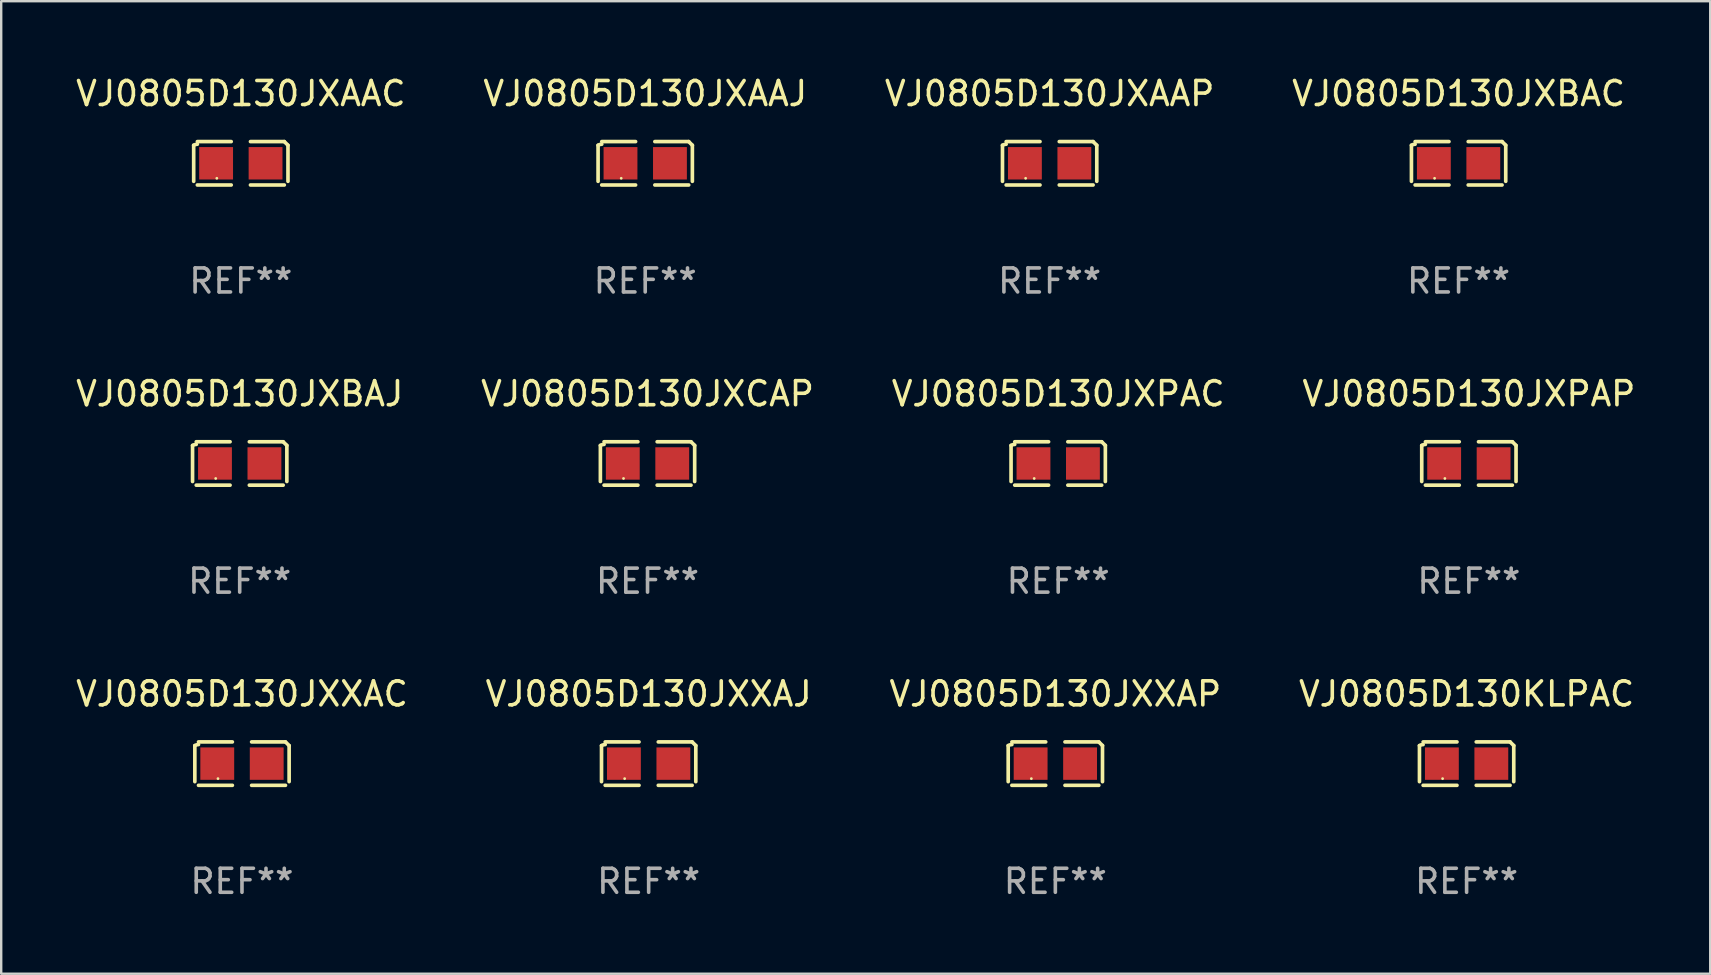
<source format=kicad_pcb>
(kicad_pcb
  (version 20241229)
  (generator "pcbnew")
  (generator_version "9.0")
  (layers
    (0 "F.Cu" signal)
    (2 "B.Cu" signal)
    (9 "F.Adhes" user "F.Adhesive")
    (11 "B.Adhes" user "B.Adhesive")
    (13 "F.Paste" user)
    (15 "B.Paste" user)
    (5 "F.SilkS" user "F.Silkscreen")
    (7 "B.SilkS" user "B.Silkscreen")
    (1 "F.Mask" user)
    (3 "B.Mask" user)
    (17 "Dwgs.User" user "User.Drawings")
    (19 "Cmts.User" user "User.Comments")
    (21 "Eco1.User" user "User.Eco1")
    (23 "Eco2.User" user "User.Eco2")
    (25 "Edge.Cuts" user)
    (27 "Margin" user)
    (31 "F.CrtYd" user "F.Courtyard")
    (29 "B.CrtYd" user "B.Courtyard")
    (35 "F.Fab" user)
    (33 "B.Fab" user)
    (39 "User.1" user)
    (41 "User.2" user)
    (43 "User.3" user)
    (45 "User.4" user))
  (footprint "VJ0805D130JXAAC"
    (layer "F.Cu")
    (at 6.982 3.752)
    (property "Reference" "VJ0805D130JXAAC" (at 0 -2.904 0) (layer "F.SilkS") (effects (font (size 1 1) (thickness 0.15))))
    (attr through_hole)
    (fp_line (start -1.964 0.751) (end -1.964 -0.751) (stroke (width 0.152) (type solid)) (layer "F.SilkS"))
    (fp_line (start -1.811 -0.904) (end -0.401 -0.904) (stroke (width 0.152) (type solid)) (layer "F.SilkS"))
    (fp_line (start -0.401 0.904) (end -1.811 0.904) (stroke (width 0.152) (type solid)) (layer "F.SilkS"))
    (fp_line (start 0.401 0.904) (end 1.811 0.904) (stroke (width 0.152) (type solid)) (layer "F.SilkS"))
    (fp_line (start 1.811 -0.904) (end 0.401 -0.904) (stroke (width 0.152) (type solid)) (layer "F.SilkS"))
    (fp_line (start 1.964 0.751) (end 1.964 -0.751) (stroke (width 0.152) (type solid)) (layer "F.SilkS"))
    (fp_arc (start -1.963602 -0.751207) (mid -1.890354 -0.783131) (end -1.811201 -0.794044) (stroke (width 0.1524) (type solid)) (layer "F.SilkS"))
    (fp_arc (start 1.811202 -0.903607) (mid 1.887413 -0.827418) (end 1.963602 -0.751207) (stroke (width 0.1524) (type solid)) (layer "F.SilkS"))
    (fp_circle (center -1 0.625) (end -0.97 0.625) (stroke (width 0.06) (type solid)) (fill no) (layer "F.SilkS"))
    (fp_text user "REF**" (at 0 4.904 0) (layer "F.Fab") (effects (font (size 1 1) (thickness 0.15))))
    (pad "1" smd rect (at -1.03 0) (size 1.41 1.35) (layers "F.Cu" "F.Mask" "F.Paste"))
    (pad "2" smd rect (at 1.03 0) (size 1.41 1.35) (layers "F.Cu" "F.Mask" "F.Paste")))
  (footprint "VJ0805D130JXPAP"
    (layer "F.Cu")
    (at 58.137 16.256)
    (property "Reference" "VJ0805D130JXPAP" (at 0 -2.904 0) (layer "F.SilkS") (effects (font (size 1 1) (thickness 0.15))))
    (attr through_hole)
    (fp_line (start -1.964 0.751) (end -1.964 -0.751) (stroke (width 0.152) (type solid)) (layer "F.SilkS"))
    (fp_line (start -1.811 -0.904) (end -0.401 -0.904) (stroke (width 0.152) (type solid)) (layer "F.SilkS"))
    (fp_line (start -0.401 0.904) (end -1.811 0.904) (stroke (width 0.152) (type solid)) (layer "F.SilkS"))
    (fp_line (start 0.401 0.904) (end 1.811 0.904) (stroke (width 0.152) (type solid)) (layer "F.SilkS"))
    (fp_line (start 1.811 -0.904) (end 0.401 -0.904) (stroke (width 0.152) (type solid)) (layer "F.SilkS"))
    (fp_line (start 1.964 0.751) (end 1.964 -0.751) (stroke (width 0.152) (type solid)) (layer "F.SilkS"))
    (fp_arc (start -1.963602 -0.751207) (mid -1.890354 -0.783131) (end -1.811201 -0.794044) (stroke (width 0.1524) (type solid)) (layer "F.SilkS"))
    (fp_arc (start 1.811202 -0.903607) (mid 1.887413 -0.827418) (end 1.963602 -0.751207) (stroke (width 0.1524) (type solid)) (layer "F.SilkS"))
    (fp_circle (center -1 0.625) (end -0.97 0.625) (stroke (width 0.06) (type solid)) (fill no) (layer "F.SilkS"))
    (fp_text user "REF**" (at 0 4.904 0) (layer "F.Fab") (effects (font (size 1 1) (thickness 0.15))))
    (pad "1" smd rect (at -1.03 0) (size 1.41 1.35) (layers "F.Cu" "F.Mask" "F.Paste"))
    (pad "2" smd rect (at 1.03 0) (size 1.41 1.35) (layers "F.Cu" "F.Mask" "F.Paste")))
  (footprint "VJ0805D130JXXAJ"
    (layer "F.Cu")
    (at 23.97 28.759)
    (property "Reference" "VJ0805D130JXXAJ" (at 0 -2.904 0) (layer "F.SilkS") (effects (font (size 1 1) (thickness 0.15))))
    (attr through_hole)
    (fp_line (start -1.964 0.751) (end -1.964 -0.751) (stroke (width 0.152) (type solid)) (layer "F.SilkS"))
    (fp_line (start -1.811 -0.904) (end -0.401 -0.904) (stroke (width 0.152) (type solid)) (layer "F.SilkS"))
    (fp_line (start -0.401 0.904) (end -1.811 0.904) (stroke (width 0.152) (type solid)) (layer "F.SilkS"))
    (fp_line (start 0.401 0.904) (end 1.811 0.904) (stroke (width 0.152) (type solid)) (layer "F.SilkS"))
    (fp_line (start 1.811 -0.904) (end 0.401 -0.904) (stroke (width 0.152) (type solid)) (layer "F.SilkS"))
    (fp_line (start 1.964 0.751) (end 1.964 -0.751) (stroke (width 0.152) (type solid)) (layer "F.SilkS"))
    (fp_arc (start -1.963602 -0.751207) (mid -1.890354 -0.783131) (end -1.811201 -0.794044) (stroke (width 0.1524) (type solid)) (layer "F.SilkS"))
    (fp_arc (start 1.811202 -0.903607) (mid 1.887413 -0.827418) (end 1.963602 -0.751207) (stroke (width 0.1524) (type solid)) (layer "F.SilkS"))
    (fp_circle (center -1 0.625) (end -0.97 0.625) (stroke (width 0.06) (type solid)) (fill no) (layer "F.SilkS"))
    (fp_text user "REF**" (at 0 4.904 0) (layer "F.Fab") (effects (font (size 1 1) (thickness 0.15))))
    (pad "1" smd rect (at -1.03 0) (size 1.41 1.35) (layers "F.Cu" "F.Mask" "F.Paste"))
    (pad "2" smd rect (at 1.03 0) (size 1.41 1.35) (layers "F.Cu" "F.Mask" "F.Paste")))
  (footprint "VJ0805D130JXBAC"
    (layer "F.Cu")
    (at 57.708 3.752)
    (property "Reference" "VJ0805D130JXBAC" (at 0 -2.904 0) (layer "F.SilkS") (effects (font (size 1 1) (thickness 0.15))))
    (attr through_hole)
    (fp_line (start -1.964 0.751) (end -1.964 -0.751) (stroke (width 0.152) (type solid)) (layer "F.SilkS"))
    (fp_line (start -1.811 -0.904) (end -0.401 -0.904) (stroke (width 0.152) (type solid)) (layer "F.SilkS"))
    (fp_line (start -0.401 0.904) (end -1.811 0.904) (stroke (width 0.152) (type solid)) (layer "F.SilkS"))
    (fp_line (start 0.401 0.904) (end 1.811 0.904) (stroke (width 0.152) (type solid)) (layer "F.SilkS"))
    (fp_line (start 1.811 -0.904) (end 0.401 -0.904) (stroke (width 0.152) (type solid)) (layer "F.SilkS"))
    (fp_line (start 1.964 0.751) (end 1.964 -0.751) (stroke (width 0.152) (type solid)) (layer "F.SilkS"))
    (fp_arc (start -1.963602 -0.751207) (mid -1.890354 -0.783131) (end -1.811201 -0.794044) (stroke (width 0.1524) (type solid)) (layer "F.SilkS"))
    (fp_arc (start 1.811202 -0.903607) (mid 1.887413 -0.827418) (end 1.963602 -0.751207) (stroke (width 0.1524) (type solid)) (layer "F.SilkS"))
    (fp_circle (center -1 0.625) (end -0.97 0.625) (stroke (width 0.06) (type solid)) (fill no) (layer "F.SilkS"))
    (fp_text user "REF**" (at 0 4.904 0) (layer "F.Fab") (effects (font (size 1 1) (thickness 0.15))))
    (pad "1" smd rect (at -1.03 0) (size 1.41 1.35) (layers "F.Cu" "F.Mask" "F.Paste"))
    (pad "2" smd rect (at 1.03 0) (size 1.41 1.35) (layers "F.Cu" "F.Mask" "F.Paste")))
  (footprint "VJ0805D130JXCAP"
    (layer "F.Cu")
    (at 23.923 16.256)
    (property "Reference" "VJ0805D130JXCAP" (at 0 -2.904 0) (layer "F.SilkS") (effects (font (size 1 1) (thickness 0.15))))
    (attr through_hole)
    (fp_line (start -1.964 0.751) (end -1.964 -0.751) (stroke (width 0.152) (type solid)) (layer "F.SilkS"))
    (fp_line (start -1.811 -0.904) (end -0.401 -0.904) (stroke (width 0.152) (type solid)) (layer "F.SilkS"))
    (fp_line (start -0.401 0.904) (end -1.811 0.904) (stroke (width 0.152) (type solid)) (layer "F.SilkS"))
    (fp_line (start 0.401 0.904) (end 1.811 0.904) (stroke (width 0.152) (type solid)) (layer "F.SilkS"))
    (fp_line (start 1.811 -0.904) (end 0.401 -0.904) (stroke (width 0.152) (type solid)) (layer "F.SilkS"))
    (fp_line (start 1.964 0.751) (end 1.964 -0.751) (stroke (width 0.152) (type solid)) (layer "F.SilkS"))
    (fp_arc (start -1.963602 -0.751207) (mid -1.890354 -0.783131) (end -1.811201 -0.794044) (stroke (width 0.1524) (type solid)) (layer "F.SilkS"))
    (fp_arc (start 1.811202 -0.903607) (mid 1.887413 -0.827418) (end 1.963602 -0.751207) (stroke (width 0.1524) (type solid)) (layer "F.SilkS"))
    (fp_circle (center -1 0.625) (end -0.97 0.625) (stroke (width 0.06) (type solid)) (fill no) (layer "F.SilkS"))
    (fp_text user "REF**" (at 0 4.904 0) (layer "F.Fab") (effects (font (size 1 1) (thickness 0.15))))
    (pad "1" smd rect (at -1.03 0) (size 1.41 1.35) (layers "F.Cu" "F.Mask" "F.Paste"))
    (pad "2" smd rect (at 1.03 0) (size 1.41 1.35) (layers "F.Cu" "F.Mask" "F.Paste")))
  (footprint "VJ0805D130JXAAJ"
    (layer "F.Cu")
    (at 23.827 3.752)
    (property "Reference" "VJ0805D130JXAAJ" (at 0 -2.904 0) (layer "F.SilkS") (effects (font (size 1 1) (thickness 0.15))))
    (attr through_hole)
    (fp_line (start -1.964 0.751) (end -1.964 -0.751) (stroke (width 0.152) (type solid)) (layer "F.SilkS"))
    (fp_line (start -1.811 -0.904) (end -0.401 -0.904) (stroke (width 0.152) (type solid)) (layer "F.SilkS"))
    (fp_line (start -0.401 0.904) (end -1.811 0.904) (stroke (width 0.152) (type solid)) (layer "F.SilkS"))
    (fp_line (start 0.401 0.904) (end 1.811 0.904) (stroke (width 0.152) (type solid)) (layer "F.SilkS"))
    (fp_line (start 1.811 -0.904) (end 0.401 -0.904) (stroke (width 0.152) (type solid)) (layer "F.SilkS"))
    (fp_line (start 1.964 0.751) (end 1.964 -0.751) (stroke (width 0.152) (type solid)) (layer "F.SilkS"))
    (fp_arc (start -1.963602 -0.751207) (mid -1.890354 -0.783131) (end -1.811201 -0.794044) (stroke (width 0.1524) (type solid)) (layer "F.SilkS"))
    (fp_arc (start 1.811202 -0.903607) (mid 1.887413 -0.827418) (end 1.963602 -0.751207) (stroke (width 0.1524) (type solid)) (layer "F.SilkS"))
    (fp_circle (center -1 0.625) (end -0.97 0.625) (stroke (width 0.06) (type solid)) (fill no) (layer "F.SilkS"))
    (fp_text user "REF**" (at 0 4.904 0) (layer "F.Fab") (effects (font (size 1 1) (thickness 0.15))))
    (pad "1" smd rect (at -1.03 0) (size 1.41 1.35) (layers "F.Cu" "F.Mask" "F.Paste"))
    (pad "2" smd rect (at 1.03 0) (size 1.41 1.35) (layers "F.Cu" "F.Mask" "F.Paste")))
  (footprint "VJ0805D130KLPAC"
    (layer "F.Cu")
    (at 58.042 28.759)
    (property "Reference" "VJ0805D130KLPAC" (at 0 -2.904 0) (layer "F.SilkS") (effects (font (size 1 1) (thickness 0.15))))
    (attr through_hole)
    (fp_line (start -1.964 0.751) (end -1.964 -0.751) (stroke (width 0.152) (type solid)) (layer "F.SilkS"))
    (fp_line (start -1.811 -0.904) (end -0.401 -0.904) (stroke (width 0.152) (type solid)) (layer "F.SilkS"))
    (fp_line (start -0.401 0.904) (end -1.811 0.904) (stroke (width 0.152) (type solid)) (layer "F.SilkS"))
    (fp_line (start 0.401 0.904) (end 1.811 0.904) (stroke (width 0.152) (type solid)) (layer "F.SilkS"))
    (fp_line (start 1.811 -0.904) (end 0.401 -0.904) (stroke (width 0.152) (type solid)) (layer "F.SilkS"))
    (fp_line (start 1.964 0.751) (end 1.964 -0.751) (stroke (width 0.152) (type solid)) (layer "F.SilkS"))
    (fp_arc (start -1.963602 -0.751207) (mid -1.890354 -0.783131) (end -1.811201 -0.794044) (stroke (width 0.1524) (type solid)) (layer "F.SilkS"))
    (fp_arc (start 1.811202 -0.903607) (mid 1.887413 -0.827418) (end 1.963602 -0.751207) (stroke (width 0.1524) (type solid)) (layer "F.SilkS"))
    (fp_circle (center -1 0.625) (end -0.97 0.625) (stroke (width 0.06) (type solid)) (fill no) (layer "F.SilkS"))
    (fp_text user "REF**" (at 0 4.904 0) (layer "F.Fab") (effects (font (size 1 1) (thickness 0.15))))
    (pad "1" smd rect (at -1.03 0) (size 1.41 1.35) (layers "F.Cu" "F.Mask" "F.Paste"))
    (pad "2" smd rect (at 1.03 0) (size 1.41 1.35) (layers "F.Cu" "F.Mask" "F.Paste")))
  (footprint "VJ0805D130JXAAP"
    (layer "F.Cu")
    (at 40.673 3.752)
    (property "Reference" "VJ0805D130JXAAP" (at 0 -2.904 0) (layer "F.SilkS") (effects (font (size 1 1) (thickness 0.15))))
    (attr through_hole)
    (fp_line (start -1.964 0.751) (end -1.964 -0.751) (stroke (width 0.152) (type solid)) (layer "F.SilkS"))
    (fp_line (start -1.811 -0.904) (end -0.401 -0.904) (stroke (width 0.152) (type solid)) (layer "F.SilkS"))
    (fp_line (start -0.401 0.904) (end -1.811 0.904) (stroke (width 0.152) (type solid)) (layer "F.SilkS"))
    (fp_line (start 0.401 0.904) (end 1.811 0.904) (stroke (width 0.152) (type solid)) (layer "F.SilkS"))
    (fp_line (start 1.811 -0.904) (end 0.401 -0.904) (stroke (width 0.152) (type solid)) (layer "F.SilkS"))
    (fp_line (start 1.964 0.751) (end 1.964 -0.751) (stroke (width 0.152) (type solid)) (layer "F.SilkS"))
    (fp_arc (start -1.963602 -0.751207) (mid -1.890354 -0.783131) (end -1.811201 -0.794044) (stroke (width 0.1524) (type solid)) (layer "F.SilkS"))
    (fp_arc (start 1.811202 -0.903607) (mid 1.887413 -0.827418) (end 1.963602 -0.751207) (stroke (width 0.1524) (type solid)) (layer "F.SilkS"))
    (fp_circle (center -1 0.625) (end -0.97 0.625) (stroke (width 0.06) (type solid)) (fill no) (layer "F.SilkS"))
    (fp_text user "REF**" (at 0 4.904 0) (layer "F.Fab") (effects (font (size 1 1) (thickness 0.15))))
    (pad "1" smd rect (at -1.03 0) (size 1.41 1.35) (layers "F.Cu" "F.Mask" "F.Paste"))
    (pad "2" smd rect (at 1.03 0) (size 1.41 1.35) (layers "F.Cu" "F.Mask" "F.Paste")))
  (footprint "VJ0805D130JXXAC"
    (layer "F.Cu")
    (at 7.03 28.759)
    (property "Reference" "VJ0805D130JXXAC" (at 0 -2.904 0) (layer "F.SilkS") (effects (font (size 1 1) (thickness 0.15))))
    (attr through_hole)
    (fp_line (start -1.964 0.751) (end -1.964 -0.751) (stroke (width 0.152) (type solid)) (layer "F.SilkS"))
    (fp_line (start -1.811 -0.904) (end -0.401 -0.904) (stroke (width 0.152) (type solid)) (layer "F.SilkS"))
    (fp_line (start -0.401 0.904) (end -1.811 0.904) (stroke (width 0.152) (type solid)) (layer "F.SilkS"))
    (fp_line (start 0.401 0.904) (end 1.811 0.904) (stroke (width 0.152) (type solid)) (layer "F.SilkS"))
    (fp_line (start 1.811 -0.904) (end 0.401 -0.904) (stroke (width 0.152) (type solid)) (layer "F.SilkS"))
    (fp_line (start 1.964 0.751) (end 1.964 -0.751) (stroke (width 0.152) (type solid)) (layer "F.SilkS"))
    (fp_arc (start -1.963602 -0.751207) (mid -1.890354 -0.783131) (end -1.811201 -0.794044) (stroke (width 0.1524) (type solid)) (layer "F.SilkS"))
    (fp_arc (start 1.811202 -0.903607) (mid 1.887413 -0.827418) (end 1.963602 -0.751207) (stroke (width 0.1524) (type solid)) (layer "F.SilkS"))
    (fp_circle (center -1 0.625) (end -0.97 0.625) (stroke (width 0.06) (type solid)) (fill no) (layer "F.SilkS"))
    (fp_text user "REF**" (at 0 4.904 0) (layer "F.Fab") (effects (font (size 1 1) (thickness 0.15))))
    (pad "1" smd rect (at -1.03 0) (size 1.41 1.35) (layers "F.Cu" "F.Mask" "F.Paste"))
    (pad "2" smd rect (at 1.03 0) (size 1.41 1.35) (layers "F.Cu" "F.Mask" "F.Paste")))
  (footprint "VJ0805D130JXXAP"
    (layer "F.Cu")
    (at 40.911 28.759)
    (property "Reference" "VJ0805D130JXXAP" (at 0 -2.904 0) (layer "F.SilkS") (effects (font (size 1 1) (thickness 0.15))))
    (attr through_hole)
    (fp_line (start -1.964 0.751) (end -1.964 -0.751) (stroke (width 0.152) (type solid)) (layer "F.SilkS"))
    (fp_line (start -1.811 -0.904) (end -0.401 -0.904) (stroke (width 0.152) (type solid)) (layer "F.SilkS"))
    (fp_line (start -0.401 0.904) (end -1.811 0.904) (stroke (width 0.152) (type solid)) (layer "F.SilkS"))
    (fp_line (start 0.401 0.904) (end 1.811 0.904) (stroke (width 0.152) (type solid)) (layer "F.SilkS"))
    (fp_line (start 1.811 -0.904) (end 0.401 -0.904) (stroke (width 0.152) (type solid)) (layer "F.SilkS"))
    (fp_line (start 1.964 0.751) (end 1.964 -0.751) (stroke (width 0.152) (type solid)) (layer "F.SilkS"))
    (fp_arc (start -1.963602 -0.751207) (mid -1.890354 -0.783131) (end -1.811201 -0.794044) (stroke (width 0.1524) (type solid)) (layer "F.SilkS"))
    (fp_arc (start 1.811202 -0.903607) (mid 1.887413 -0.827418) (end 1.963602 -0.751207) (stroke (width 0.1524) (type solid)) (layer "F.SilkS"))
    (fp_circle (center -1 0.625) (end -0.97 0.625) (stroke (width 0.06) (type solid)) (fill no) (layer "F.SilkS"))
    (fp_text user "REF**" (at 0 4.904 0) (layer "F.Fab") (effects (font (size 1 1) (thickness 0.15))))
    (pad "1" smd rect (at -1.03 0) (size 1.41 1.35) (layers "F.Cu" "F.Mask" "F.Paste"))
    (pad "2" smd rect (at 1.03 0) (size 1.41 1.35) (layers "F.Cu" "F.Mask" "F.Paste")))
  (footprint "VJ0805D130JXPAC"
    (layer "F.Cu")
    (at 41.03 16.256)
    (property "Reference" "VJ0805D130JXPAC" (at 0 -2.904 0) (layer "F.SilkS") (effects (font (size 1 1) (thickness 0.15))))
    (attr through_hole)
    (fp_line (start -1.964 0.751) (end -1.964 -0.751) (stroke (width 0.152) (type solid)) (layer "F.SilkS"))
    (fp_line (start -1.811 -0.904) (end -0.401 -0.904) (stroke (width 0.152) (type solid)) (layer "F.SilkS"))
    (fp_line (start -0.401 0.904) (end -1.811 0.904) (stroke (width 0.152) (type solid)) (layer "F.SilkS"))
    (fp_line (start 0.401 0.904) (end 1.811 0.904) (stroke (width 0.152) (type solid)) (layer "F.SilkS"))
    (fp_line (start 1.811 -0.904) (end 0.401 -0.904) (stroke (width 0.152) (type solid)) (layer "F.SilkS"))
    (fp_line (start 1.964 0.751) (end 1.964 -0.751) (stroke (width 0.152) (type solid)) (layer "F.SilkS"))
    (fp_arc (start -1.963602 -0.751207) (mid -1.890354 -0.783131) (end -1.811201 -0.794044) (stroke (width 0.1524) (type solid)) (layer "F.SilkS"))
    (fp_arc (start 1.811202 -0.903607) (mid 1.887413 -0.827418) (end 1.963602 -0.751207) (stroke (width 0.1524) (type solid)) (layer "F.SilkS"))
    (fp_circle (center -1 0.625) (end -0.97 0.625) (stroke (width 0.06) (type solid)) (fill no) (layer "F.SilkS"))
    (fp_text user "REF**" (at 0 4.904 0) (layer "F.Fab") (effects (font (size 1 1) (thickness 0.15))))
    (pad "1" smd rect (at -1.03 0) (size 1.41 1.35) (layers "F.Cu" "F.Mask" "F.Paste"))
    (pad "2" smd rect (at 1.03 0) (size 1.41 1.35) (layers "F.Cu" "F.Mask" "F.Paste")))
  (footprint "VJ0805D130JXBAJ"
    (layer "F.Cu")
    (at 6.935 16.256)
    (property "Reference" "VJ0805D130JXBAJ" (at 0 -2.904 0) (layer "F.SilkS") (effects (font (size 1 1) (thickness 0.15))))
    (attr through_hole)
    (fp_line (start -1.964 0.751) (end -1.964 -0.751) (stroke (width 0.152) (type solid)) (layer "F.SilkS"))
    (fp_line (start -1.811 -0.904) (end -0.401 -0.904) (stroke (width 0.152) (type solid)) (layer "F.SilkS"))
    (fp_line (start -0.401 0.904) (end -1.811 0.904) (stroke (width 0.152) (type solid)) (layer "F.SilkS"))
    (fp_line (start 0.401 0.904) (end 1.811 0.904) (stroke (width 0.152) (type solid)) (layer "F.SilkS"))
    (fp_line (start 1.811 -0.904) (end 0.401 -0.904) (stroke (width 0.152) (type solid)) (layer "F.SilkS"))
    (fp_line (start 1.964 0.751) (end 1.964 -0.751) (stroke (width 0.152) (type solid)) (layer "F.SilkS"))
    (fp_arc (start -1.963602 -0.751207) (mid -1.890354 -0.783131) (end -1.811201 -0.794044) (stroke (width 0.1524) (type solid)) (layer "F.SilkS"))
    (fp_arc (start 1.811202 -0.903607) (mid 1.887413 -0.827418) (end 1.963602 -0.751207) (stroke (width 0.1524) (type solid)) (layer "F.SilkS"))
    (fp_circle (center -1 0.625) (end -0.97 0.625) (stroke (width 0.06) (type solid)) (fill no) (layer "F.SilkS"))
    (fp_text user "REF**" (at 0 4.904 0) (layer "F.Fab") (effects (font (size 1 1) (thickness 0.15))))
    (pad "1" smd rect (at -1.03 0) (size 1.41 1.35) (layers "F.Cu" "F.Mask" "F.Paste"))
    (pad "2" smd rect (at 1.03 0) (size 1.41 1.35) (layers "F.Cu" "F.Mask" "F.Paste")))
  (gr_rect
    (start -3 -3)
    (end 68.19 37.511)
    (stroke (width 0.1) (type default))
    (fill no)
    (layer "Edge.Cuts")))
</source>
